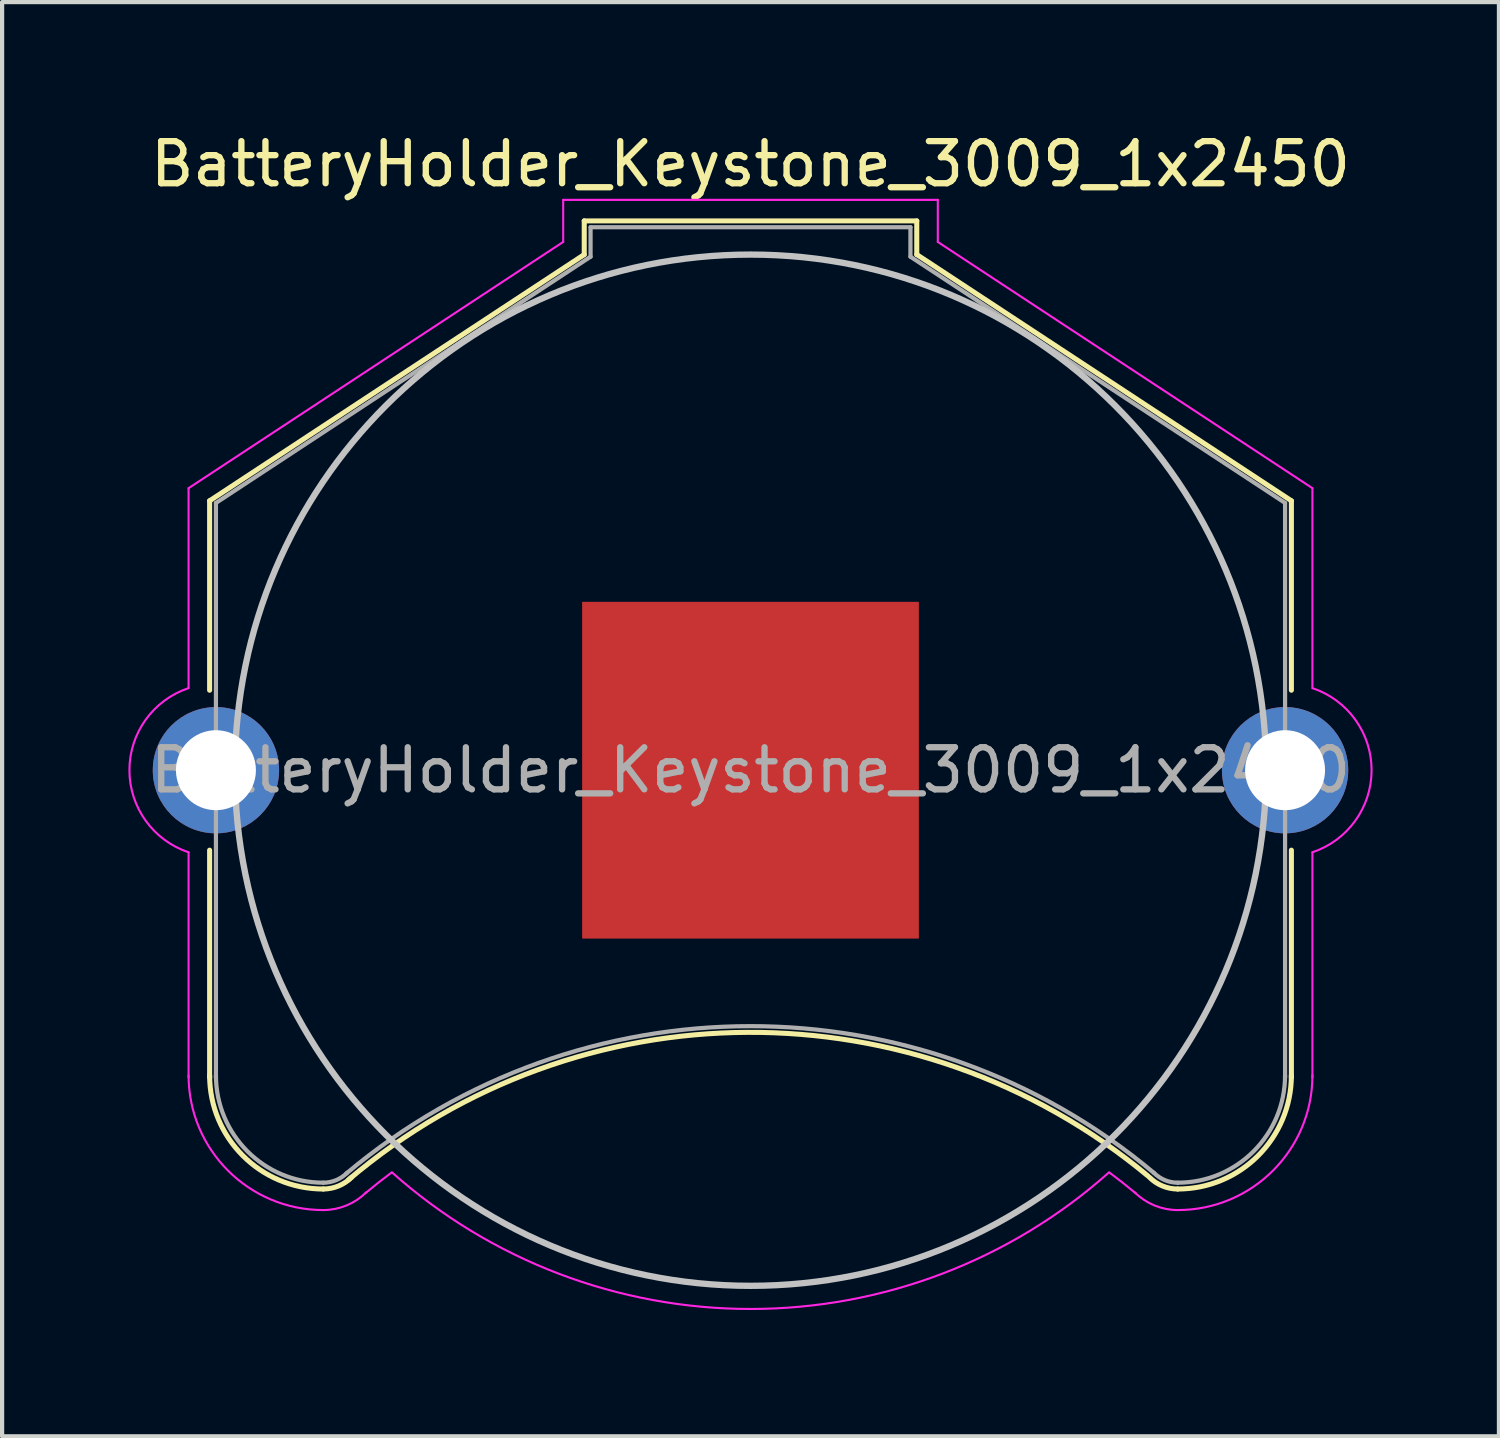
<source format=kicad_pcb>
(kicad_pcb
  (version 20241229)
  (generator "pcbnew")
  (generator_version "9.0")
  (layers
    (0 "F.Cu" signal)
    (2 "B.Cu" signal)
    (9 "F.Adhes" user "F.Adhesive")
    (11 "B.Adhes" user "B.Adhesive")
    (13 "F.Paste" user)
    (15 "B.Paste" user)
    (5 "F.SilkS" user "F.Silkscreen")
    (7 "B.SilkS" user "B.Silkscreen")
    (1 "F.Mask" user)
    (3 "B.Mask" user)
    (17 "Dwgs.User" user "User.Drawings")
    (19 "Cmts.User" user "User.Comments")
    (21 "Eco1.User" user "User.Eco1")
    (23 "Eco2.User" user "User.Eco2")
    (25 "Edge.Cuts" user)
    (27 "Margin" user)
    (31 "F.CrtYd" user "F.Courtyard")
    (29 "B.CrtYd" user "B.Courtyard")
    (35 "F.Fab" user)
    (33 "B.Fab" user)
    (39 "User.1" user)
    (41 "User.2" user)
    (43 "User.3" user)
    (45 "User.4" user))
  (footprint "BatteryHolder_Keystone_3009_1x2450"
    (layer "F.Cu")
    (at 14.78 15.248)
    (property "Reference" "BatteryHolder_Keystone_3009_1x2450" (at 0 -14.4 0) (layer "F.SilkS") (effects (font (size 1 1) (thickness 0.15))))
    (attr through_hole)
    (fp_line (start -12.85 -6.4) (end -12.85 -1.9) (stroke (width 0.12) (type solid)) (layer "F.SilkS"))
    (fp_line (start -12.85 1.9) (end -12.85 7.3) (stroke (width 0.12) (type solid)) (layer "F.SilkS"))
    (fp_line (start -3.95 -13.05) (end -3.95 -12.25) (stroke (width 0.12) (type solid)) (layer "F.SilkS"))
    (fp_line (start -3.95 -13.05) (end 3.95 -13.05) (stroke (width 0.12) (type solid)) (layer "F.SilkS"))
    (fp_line (start -3.95 -12.25) (end -12.85 -6.4) (stroke (width 0.12) (type solid)) (layer "F.SilkS"))
    (fp_line (start 3.95 -13.05) (end 3.95 -12.25) (stroke (width 0.12) (type solid)) (layer "F.SilkS"))
    (fp_line (start 3.95 -12.25) (end 12.85 -6.4) (stroke (width 0.12) (type solid)) (layer "F.SilkS"))
    (fp_line (start 12.85 -6.4) (end 12.85 -1.9) (stroke (width 0.12) (type solid)) (layer "F.SilkS"))
    (fp_line (start 12.85 1.9) (end 12.85 7.3) (stroke (width 0.12) (type solid)) (layer "F.SilkS"))
    (fp_arc (start -10.15 9.95) (mid -12.059188 9.159188) (end -12.85 7.25) (stroke (width 0.12) (type solid)) (layer "F.SilkS"))
    (fp_arc (start -9.55 9.73) (mid -0.071508 6.228057) (end 9.440443 9.638071) (stroke (width 0.12) (type solid)) (layer "F.SilkS"))
    (fp_arc (start -9.478249 9.671751) (mid -9.786451 9.877685) (end -10.15 9.95) (stroke (width 0.12) (type solid)) (layer "F.SilkS"))
    (fp_arc (start 10.15 9.95) (mid 9.786451 9.877686) (end 9.478249 9.671751) (stroke (width 0.12) (type solid)) (layer "F.SilkS"))
    (fp_arc (start 12.85 7.25) (mid 12.059188 9.159188) (end 10.15 9.95) (stroke (width 0.12) (type solid)) (layer "F.SilkS"))
    (fp_circle (center 0 0) (end 12.25 0) (stroke (width 0.15) (type solid)) (fill no) (layer "Dwgs.User"))
    (fp_line (start -13.35 -6.7) (end -13.35 -1.95) (stroke (width 0.05) (type solid)) (layer "F.CrtYd"))
    (fp_line (start -13.35 1.95) (end -13.35 7.3) (stroke (width 0.05) (type solid)) (layer "F.CrtYd"))
    (fp_line (start -4.45 -13.55) (end -4.45 -12.55) (stroke (width 0.05) (type solid)) (layer "F.CrtYd"))
    (fp_line (start -4.45 -13.55) (end 4.45 -13.55) (stroke (width 0.05) (type solid)) (layer "F.CrtYd"))
    (fp_line (start -4.45 -12.55) (end -13.35 -6.7) (stroke (width 0.05) (type solid)) (layer "F.CrtYd"))
    (fp_line (start 4.45 -13.55) (end 4.45 -12.55) (stroke (width 0.05) (type solid)) (layer "F.CrtYd"))
    (fp_line (start 4.45 -12.55) (end 13.35 -6.7) (stroke (width 0.05) (type solid)) (layer "F.CrtYd"))
    (fp_line (start 13.35 -6.7) (end 13.35 -1.95) (stroke (width 0.05) (type solid)) (layer "F.CrtYd"))
    (fp_line (start 13.35 1.95) (end 13.35 7.3) (stroke (width 0.05) (type solid)) (layer "F.CrtYd"))
    (fp_arc (start -13.35 1.95) (mid -14.755479 0.002334) (end -13.354426 -1.948519) (stroke (width 0.05) (type solid)) (layer "F.CrtYd"))
    (fp_arc (start -10.15 10.45) (mid -12.412742 9.512742) (end -13.35 7.25) (stroke (width 0.05) (type solid)) (layer "F.CrtYd"))
    (fp_arc (start -9.15 10.05) (mid -8.840691 9.798786) (end -8.524488 9.556307) (stroke (width 0.05) (type solid)) (layer "F.CrtYd"))
    (fp_arc (start -9.124695 10.025305) (mid -9.595109 10.339626) (end -10.15 10.45) (stroke (width 0.05) (type solid)) (layer "F.CrtYd"))
    (fp_arc (start 0 12.8) (mid -4.55581 11.961797) (end -8.514949 9.556969) (stroke (width 0.05) (type solid)) (layer "F.CrtYd"))
    (fp_arc (start 8.514949 9.556969) (mid 4.55581 11.961798) (end 0 12.8) (stroke (width 0.05) (type solid)) (layer "F.CrtYd"))
    (fp_arc (start 8.524488 9.556307) (mid 8.840691 9.798786) (end 9.15 10.05) (stroke (width 0.05) (type solid)) (layer "F.CrtYd"))
    (fp_arc (start 10.15 10.45) (mid 9.595109 10.339625) (end 9.124695 10.025305) (stroke (width 0.05) (type solid)) (layer "F.CrtYd"))
    (fp_arc (start 13.35 7.25) (mid 12.412742 9.512742) (end 10.15 10.45) (stroke (width 0.05) (type solid)) (layer "F.CrtYd"))
    (fp_arc (start 13.354426 -1.948519) (mid 14.755479 0.002334) (end 13.35 1.95) (stroke (width 0.05) (type solid)) (layer "F.CrtYd"))
    (fp_line (start -12.7 -6.35) (end -12.7 7.3) (stroke (width 0.1) (type solid)) (layer "F.Fab"))
    (fp_line (start -3.8 -12.9) (end -3.8 -12.2) (stroke (width 0.1) (type solid)) (layer "F.Fab"))
    (fp_line (start -3.8 -12.9) (end 3.8 -12.9) (stroke (width 0.1) (type solid)) (layer "F.Fab"))
    (fp_line (start -3.8 -12.2) (end -12.7 -6.35) (stroke (width 0.1) (type solid)) (layer "F.Fab"))
    (fp_line (start 3.8 -12.9) (end 3.8 -12.2) (stroke (width 0.1) (type solid)) (layer "F.Fab"))
    (fp_line (start 3.8 -12.2) (end 12.7 -6.35) (stroke (width 0.1) (type solid)) (layer "F.Fab"))
    (fp_line (start 12.7 -6.35) (end 12.7 7.3) (stroke (width 0.1) (type solid)) (layer "F.Fab"))
    (fp_arc (start -10.15 9.8) (mid -11.953122 9.053122) (end -12.7 7.25) (stroke (width 0.1) (type solid)) (layer "F.Fab"))
    (fp_arc (start -9.6 9.58) (mid -0.013392 6.081011) (end 9.579482 9.562783) (stroke (width 0.1) (type solid)) (layer "F.Fab"))
    (fp_arc (start -9.584315 9.565685) (mid -9.843853 9.739103) (end -10.15 9.8) (stroke (width 0.1) (type solid)) (layer "F.Fab"))
    (fp_arc (start 10.15 9.8) (mid 9.843853 9.739104) (end 9.584315 9.565685) (stroke (width 0.1) (type solid)) (layer "F.Fab"))
    (fp_arc (start 12.7 7.25) (mid 11.953122 9.053122) (end 10.15 9.8) (stroke (width 0.1) (type solid)) (layer "F.Fab"))
    (fp_text user "${REFERENCE}" (at 0 0 0) (layer "F.Fab") (effects (font (size 1 1) (thickness 0.15))))
    (pad "1" thru_hole circle (at -12.7 0) (size 3 3) (drill 1.9) (layers "*.Cu" "*.Mask"))
    (pad "1" thru_hole circle (at 12.7 0) (size 3 3) (drill 1.9) (layers "*.Cu" "*.Mask"))
    (pad "2" smd rect (at 0 0) (size 8 8) (layers "F.Cu" "F.Mask")))
  (gr_rect
    (start -3 -3)
    (end 32.561 31.073)
    (stroke (width 0.1) (type default))
    (fill no)
    (layer "Edge.Cuts")))
</source>
